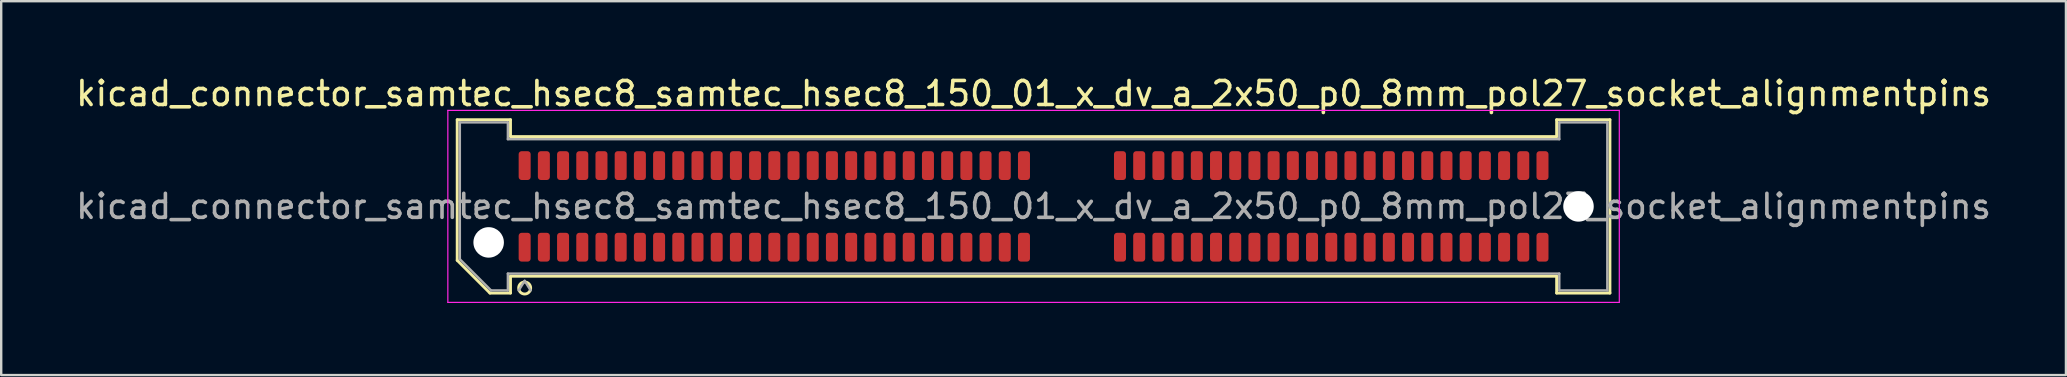
<source format=kicad_pcb>
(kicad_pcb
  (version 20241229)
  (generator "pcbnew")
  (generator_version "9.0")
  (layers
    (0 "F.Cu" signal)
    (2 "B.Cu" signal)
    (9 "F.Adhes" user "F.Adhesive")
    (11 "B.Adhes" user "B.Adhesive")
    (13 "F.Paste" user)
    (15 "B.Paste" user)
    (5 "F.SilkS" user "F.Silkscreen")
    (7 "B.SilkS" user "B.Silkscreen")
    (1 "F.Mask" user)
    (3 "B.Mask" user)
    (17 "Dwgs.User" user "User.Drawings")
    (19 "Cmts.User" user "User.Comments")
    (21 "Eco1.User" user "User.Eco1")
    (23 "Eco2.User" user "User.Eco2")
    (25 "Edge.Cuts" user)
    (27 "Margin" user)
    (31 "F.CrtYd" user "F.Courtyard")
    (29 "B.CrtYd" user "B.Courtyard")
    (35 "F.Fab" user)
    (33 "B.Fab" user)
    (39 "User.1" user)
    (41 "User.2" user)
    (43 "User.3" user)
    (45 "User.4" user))
  (footprint "kicad_connector_samtec_hsec8_samtec_hsec8_150_01_x_dv_a_2x50_p0_8mm_pol27_socket_alignmentpins"
    (layer "F.Cu")
    (at 40.006 5.548)
    (property "Reference" "kicad_connector_samtec_hsec8_samtec_hsec8_150_01_x_dv_a_2x50_p0_8mm_pol27_socket_alignmentpins" (at 0 -4.7 0) (layer "F.SilkS") (effects (font (size 1 1) (thickness 0.15))))
    (attr smd)
    (fp_line (start -24.01 -3.61) (end -21.79 -3.61) (stroke (width 0.12) (type solid)) (layer "F.SilkS"))
    (fp_line (start -24.01 2.246) (end -24.01 -3.61) (stroke (width 0.12) (type solid)) (layer "F.SilkS"))
    (fp_line (start -22.646 3.61) (end -24.01 2.246) (stroke (width 0.12) (type solid)) (layer "F.SilkS"))
    (fp_line (start -21.79 -3.61) (end -21.79 -2.91) (stroke (width 0.12) (type solid)) (layer "F.SilkS"))
    (fp_line (start -21.79 -2.91) (end 21.79 -2.91) (stroke (width 0.12) (type solid)) (layer "F.SilkS"))
    (fp_line (start -21.79 2.91) (end -21.79 3.61) (stroke (width 0.12) (type solid)) (layer "F.SilkS"))
    (fp_line (start -21.79 3.61) (end -22.646 3.61) (stroke (width 0.12) (type solid)) (layer "F.SilkS"))
    (fp_line (start 21.79 -3.61) (end 24.01 -3.61) (stroke (width 0.12) (type solid)) (layer "F.SilkS"))
    (fp_line (start 21.79 -2.91) (end 21.79 -3.61) (stroke (width 0.12) (type solid)) (layer "F.SilkS"))
    (fp_line (start 21.79 2.91) (end -21.79 2.91) (stroke (width 0.12) (type solid)) (layer "F.SilkS"))
    (fp_line (start 21.79 3.61) (end 21.79 2.91) (stroke (width 0.12) (type solid)) (layer "F.SilkS"))
    (fp_line (start 24.01 -3.61) (end 24.01 3.61) (stroke (width 0.12) (type solid)) (layer "F.SilkS"))
    (fp_line (start 24.01 3.61) (end 21.79 3.61) (stroke (width 0.12) (type solid)) (layer "F.SilkS"))
    (fp_arc (start -20.95 3.4) (mid -21.45 3.4) (end -20.95 3.4) (stroke (width 0.12) (type solid)) (layer "F.SilkS"))
    (fp_line (start -24.4 -4) (end -24.4 4) (stroke (width 0.05) (type solid)) (layer "F.CrtYd"))
    (fp_line (start -24.4 4) (end 24.4 4) (stroke (width 0.05) (type solid)) (layer "F.CrtYd"))
    (fp_line (start 24.4 -4) (end -24.4 -4) (stroke (width 0.05) (type solid)) (layer "F.CrtYd"))
    (fp_line (start 24.4 4) (end 24.4 -4) (stroke (width 0.05) (type solid)) (layer "F.CrtYd"))
    (fp_line (start -23.9 -3.5) (end -21.9 -3.5) (stroke (width 0.1) (type solid)) (layer "F.Fab"))
    (fp_line (start -23.9 2.2) (end -23.9 -3.5) (stroke (width 0.1) (type solid)) (layer "F.Fab"))
    (fp_line (start -22.6 3.5) (end -23.9 2.2) (stroke (width 0.1) (type solid)) (layer "F.Fab"))
    (fp_line (start -21.9 -3.5) (end -21.9 -2.8) (stroke (width 0.1) (type solid)) (layer "F.Fab"))
    (fp_line (start -21.9 -2.8) (end 21.9 -2.8) (stroke (width 0.1) (type solid)) (layer "F.Fab"))
    (fp_line (start -21.9 2.8) (end -21.9 3.5) (stroke (width 0.1) (type solid)) (layer "F.Fab"))
    (fp_line (start -21.9 3.5) (end -22.6 3.5) (stroke (width 0.1) (type solid)) (layer "F.Fab"))
    (fp_line (start -21.2 3.1) (end -21.45 3.5) (stroke (width 0.1) (type solid)) (layer "F.Fab"))
    (fp_line (start -21.2 3.1) (end -20.95 3.5) (stroke (width 0.1) (type solid)) (layer "F.Fab"))
    (fp_line (start 21.9 -3.5) (end 23.9 -3.5) (stroke (width 0.1) (type solid)) (layer "F.Fab"))
    (fp_line (start 21.9 -2.8) (end 21.9 -3.5) (stroke (width 0.1) (type solid)) (layer "F.Fab"))
    (fp_line (start 21.9 2.8) (end -21.9 2.8) (stroke (width 0.1) (type solid)) (layer "F.Fab"))
    (fp_line (start 21.9 3.5) (end 21.9 2.8) (stroke (width 0.1) (type solid)) (layer "F.Fab"))
    (fp_line (start 23.9 -3.5) (end 23.9 3.5) (stroke (width 0.1) (type solid)) (layer "F.Fab"))
    (fp_line (start 23.9 3.5) (end 21.9 3.5) (stroke (width 0.1) (type solid)) (layer "F.Fab"))
    (fp_text user "${REFERENCE}" (at 0 0 0) (layer "F.Fab") (effects (font (size 1 1) (thickness 0.15))))
    (pad "" np_thru_hole circle (at -22.7 1.5) (size 1.27 1.27) (drill 1.27) (layers "*.Cu" "*.Mask"))
    (pad "" np_thru_hole circle (at 22.7 0) (size 1.27 1.27) (drill 1.27) (layers "*.Cu" "*.Mask"))
    (pad "1" smd roundrect (at -21.2 1.7) (size 0.5 1.2) (layers "F.Cu" "F.Mask" "F.Paste") (roundrect_rratio 0.25))
    (pad "2" smd roundrect (at -21.2 -1.7) (size 0.5 1.2) (layers "F.Cu" "F.Mask" "F.Paste") (roundrect_rratio 0.25))
    (pad "3" smd roundrect (at -20.4 1.7) (size 0.5 1.2) (layers "F.Cu" "F.Mask" "F.Paste") (roundrect_rratio 0.25))
    (pad "4" smd roundrect (at -20.4 -1.7) (size 0.5 1.2) (layers "F.Cu" "F.Mask" "F.Paste") (roundrect_rratio 0.25))
    (pad "5" smd roundrect (at -19.6 1.7) (size 0.5 1.2) (layers "F.Cu" "F.Mask" "F.Paste") (roundrect_rratio 0.25))
    (pad "6" smd roundrect (at -19.6 -1.7) (size 0.5 1.2) (layers "F.Cu" "F.Mask" "F.Paste") (roundrect_rratio 0.25))
    (pad "7" smd roundrect (at -18.8 1.7) (size 0.5 1.2) (layers "F.Cu" "F.Mask" "F.Paste") (roundrect_rratio 0.25))
    (pad "8" smd roundrect (at -18.8 -1.7) (size 0.5 1.2) (layers "F.Cu" "F.Mask" "F.Paste") (roundrect_rratio 0.25))
    (pad "9" smd roundrect (at -18 1.7) (size 0.5 1.2) (layers "F.Cu" "F.Mask" "F.Paste") (roundrect_rratio 0.25))
    (pad "10" smd roundrect (at -18 -1.7) (size 0.5 1.2) (layers "F.Cu" "F.Mask" "F.Paste") (roundrect_rratio 0.25))
    (pad "11" smd roundrect (at -17.2 1.7) (size 0.5 1.2) (layers "F.Cu" "F.Mask" "F.Paste") (roundrect_rratio 0.25))
    (pad "12" smd roundrect (at -17.2 -1.7) (size 0.5 1.2) (layers "F.Cu" "F.Mask" "F.Paste") (roundrect_rratio 0.25))
    (pad "13" smd roundrect (at -16.4 1.7) (size 0.5 1.2) (layers "F.Cu" "F.Mask" "F.Paste") (roundrect_rratio 0.25))
    (pad "14" smd roundrect (at -16.4 -1.7) (size 0.5 1.2) (layers "F.Cu" "F.Mask" "F.Paste") (roundrect_rratio 0.25))
    (pad "15" smd roundrect (at -15.6 1.7) (size 0.5 1.2) (layers "F.Cu" "F.Mask" "F.Paste") (roundrect_rratio 0.25))
    (pad "16" smd roundrect (at -15.6 -1.7) (size 0.5 1.2) (layers "F.Cu" "F.Mask" "F.Paste") (roundrect_rratio 0.25))
    (pad "17" smd roundrect (at -14.8 1.7) (size 0.5 1.2) (layers "F.Cu" "F.Mask" "F.Paste") (roundrect_rratio 0.25))
    (pad "18" smd roundrect (at -14.8 -1.7) (size 0.5 1.2) (layers "F.Cu" "F.Mask" "F.Paste") (roundrect_rratio 0.25))
    (pad "19" smd roundrect (at -14 1.7) (size 0.5 1.2) (layers "F.Cu" "F.Mask" "F.Paste") (roundrect_rratio 0.25))
    (pad "20" smd roundrect (at -14 -1.7) (size 0.5 1.2) (layers "F.Cu" "F.Mask" "F.Paste") (roundrect_rratio 0.25))
    (pad "21" smd roundrect (at -13.2 1.7) (size 0.5 1.2) (layers "F.Cu" "F.Mask" "F.Paste") (roundrect_rratio 0.25))
    (pad "22" smd roundrect (at -13.2 -1.7) (size 0.5 1.2) (layers "F.Cu" "F.Mask" "F.Paste") (roundrect_rratio 0.25))
    (pad "23" smd roundrect (at -12.4 1.7) (size 0.5 1.2) (layers "F.Cu" "F.Mask" "F.Paste") (roundrect_rratio 0.25))
    (pad "24" smd roundrect (at -12.4 -1.7) (size 0.5 1.2) (layers "F.Cu" "F.Mask" "F.Paste") (roundrect_rratio 0.25))
    (pad "25" smd roundrect (at -11.6 1.7) (size 0.5 1.2) (layers "F.Cu" "F.Mask" "F.Paste") (roundrect_rratio 0.25))
    (pad "26" smd roundrect (at -11.6 -1.7) (size 0.5 1.2) (layers "F.Cu" "F.Mask" "F.Paste") (roundrect_rratio 0.25))
    (pad "27" smd roundrect (at -10.8 1.7) (size 0.5 1.2) (layers "F.Cu" "F.Mask" "F.Paste") (roundrect_rratio 0.25))
    (pad "28" smd roundrect (at -10.8 -1.7) (size 0.5 1.2) (layers "F.Cu" "F.Mask" "F.Paste") (roundrect_rratio 0.25))
    (pad "29" smd roundrect (at -10 1.7) (size 0.5 1.2) (layers "F.Cu" "F.Mask" "F.Paste") (roundrect_rratio 0.25))
    (pad "30" smd roundrect (at -10 -1.7) (size 0.5 1.2) (layers "F.Cu" "F.Mask" "F.Paste") (roundrect_rratio 0.25))
    (pad "31" smd roundrect (at -9.2 1.7) (size 0.5 1.2) (layers "F.Cu" "F.Mask" "F.Paste") (roundrect_rratio 0.25))
    (pad "32" smd roundrect (at -9.2 -1.7) (size 0.5 1.2) (layers "F.Cu" "F.Mask" "F.Paste") (roundrect_rratio 0.25))
    (pad "33" smd roundrect (at -8.4 1.7) (size 0.5 1.2) (layers "F.Cu" "F.Mask" "F.Paste") (roundrect_rratio 0.25))
    (pad "34" smd roundrect (at -8.4 -1.7) (size 0.5 1.2) (layers "F.Cu" "F.Mask" "F.Paste") (roundrect_rratio 0.25))
    (pad "35" smd roundrect (at -7.6 1.7) (size 0.5 1.2) (layers "F.Cu" "F.Mask" "F.Paste") (roundrect_rratio 0.25))
    (pad "36" smd roundrect (at -7.6 -1.7) (size 0.5 1.2) (layers "F.Cu" "F.Mask" "F.Paste") (roundrect_rratio 0.25))
    (pad "37" smd roundrect (at -6.8 1.7) (size 0.5 1.2) (layers "F.Cu" "F.Mask" "F.Paste") (roundrect_rratio 0.25))
    (pad "38" smd roundrect (at -6.8 -1.7) (size 0.5 1.2) (layers "F.Cu" "F.Mask" "F.Paste") (roundrect_rratio 0.25))
    (pad "39" smd roundrect (at -6 1.7) (size 0.5 1.2) (layers "F.Cu" "F.Mask" "F.Paste") (roundrect_rratio 0.25))
    (pad "40" smd roundrect (at -6 -1.7) (size 0.5 1.2) (layers "F.Cu" "F.Mask" "F.Paste") (roundrect_rratio 0.25))
    (pad "41" smd roundrect (at -5.2 1.7) (size 0.5 1.2) (layers "F.Cu" "F.Mask" "F.Paste") (roundrect_rratio 0.25))
    (pad "42" smd roundrect (at -5.2 -1.7) (size 0.5 1.2) (layers "F.Cu" "F.Mask" "F.Paste") (roundrect_rratio 0.25))
    (pad "43" smd roundrect (at -4.4 1.7) (size 0.5 1.2) (layers "F.Cu" "F.Mask" "F.Paste") (roundrect_rratio 0.25))
    (pad "44" smd roundrect (at -4.4 -1.7) (size 0.5 1.2) (layers "F.Cu" "F.Mask" "F.Paste") (roundrect_rratio 0.25))
    (pad "45" smd roundrect (at -3.6 1.7) (size 0.5 1.2) (layers "F.Cu" "F.Mask" "F.Paste") (roundrect_rratio 0.25))
    (pad "46" smd roundrect (at -3.6 -1.7) (size 0.5 1.2) (layers "F.Cu" "F.Mask" "F.Paste") (roundrect_rratio 0.25))
    (pad "47" smd roundrect (at -2.8 1.7) (size 0.5 1.2) (layers "F.Cu" "F.Mask" "F.Paste") (roundrect_rratio 0.25))
    (pad "48" smd roundrect (at -2.8 -1.7) (size 0.5 1.2) (layers "F.Cu" "F.Mask" "F.Paste") (roundrect_rratio 0.25))
    (pad "49" smd roundrect (at -2 1.7) (size 0.5 1.2) (layers "F.Cu" "F.Mask" "F.Paste") (roundrect_rratio 0.25))
    (pad "50" smd roundrect (at -2 -1.7) (size 0.5 1.2) (layers "F.Cu" "F.Mask" "F.Paste") (roundrect_rratio 0.25))
    (pad "51" smd roundrect (at -1.2 1.7) (size 0.5 1.2) (layers "F.Cu" "F.Mask" "F.Paste") (roundrect_rratio 0.25))
    (pad "52" smd roundrect (at -1.2 -1.7) (size 0.5 1.2) (layers "F.Cu" "F.Mask" "F.Paste") (roundrect_rratio 0.25))
    (pad "53" smd roundrect (at -0.4 1.7) (size 0.5 1.2) (layers "F.Cu" "F.Mask" "F.Paste") (roundrect_rratio 0.25))
    (pad "54" smd roundrect (at -0.4 -1.7) (size 0.5 1.2) (layers "F.Cu" "F.Mask" "F.Paste") (roundrect_rratio 0.25))
    (pad "55" smd roundrect (at 3.6 1.7) (size 0.5 1.2) (layers "F.Cu" "F.Mask" "F.Paste") (roundrect_rratio 0.25))
    (pad "56" smd roundrect (at 3.6 -1.7) (size 0.5 1.2) (layers "F.Cu" "F.Mask" "F.Paste") (roundrect_rratio 0.25))
    (pad "57" smd roundrect (at 4.4 1.7) (size 0.5 1.2) (layers "F.Cu" "F.Mask" "F.Paste") (roundrect_rratio 0.25))
    (pad "58" smd roundrect (at 4.4 -1.7) (size 0.5 1.2) (layers "F.Cu" "F.Mask" "F.Paste") (roundrect_rratio 0.25))
    (pad "59" smd roundrect (at 5.2 1.7) (size 0.5 1.2) (layers "F.Cu" "F.Mask" "F.Paste") (roundrect_rratio 0.25))
    (pad "60" smd roundrect (at 5.2 -1.7) (size 0.5 1.2) (layers "F.Cu" "F.Mask" "F.Paste") (roundrect_rratio 0.25))
    (pad "61" smd roundrect (at 6 1.7) (size 0.5 1.2) (layers "F.Cu" "F.Mask" "F.Paste") (roundrect_rratio 0.25))
    (pad "62" smd roundrect (at 6 -1.7) (size 0.5 1.2) (layers "F.Cu" "F.Mask" "F.Paste") (roundrect_rratio 0.25))
    (pad "63" smd roundrect (at 6.8 1.7) (size 0.5 1.2) (layers "F.Cu" "F.Mask" "F.Paste") (roundrect_rratio 0.25))
    (pad "64" smd roundrect (at 6.8 -1.7) (size 0.5 1.2) (layers "F.Cu" "F.Mask" "F.Paste") (roundrect_rratio 0.25))
    (pad "65" smd roundrect (at 7.6 1.7) (size 0.5 1.2) (layers "F.Cu" "F.Mask" "F.Paste") (roundrect_rratio 0.25))
    (pad "66" smd roundrect (at 7.6 -1.7) (size 0.5 1.2) (layers "F.Cu" "F.Mask" "F.Paste") (roundrect_rratio 0.25))
    (pad "67" smd roundrect (at 8.4 1.7) (size 0.5 1.2) (layers "F.Cu" "F.Mask" "F.Paste") (roundrect_rratio 0.25))
    (pad "68" smd roundrect (at 8.4 -1.7) (size 0.5 1.2) (layers "F.Cu" "F.Mask" "F.Paste") (roundrect_rratio 0.25))
    (pad "69" smd roundrect (at 9.2 1.7) (size 0.5 1.2) (layers "F.Cu" "F.Mask" "F.Paste") (roundrect_rratio 0.25))
    (pad "70" smd roundrect (at 9.2 -1.7) (size 0.5 1.2) (layers "F.Cu" "F.Mask" "F.Paste") (roundrect_rratio 0.25))
    (pad "71" smd roundrect (at 10 1.7) (size 0.5 1.2) (layers "F.Cu" "F.Mask" "F.Paste") (roundrect_rratio 0.25))
    (pad "72" smd roundrect (at 10 -1.7) (size 0.5 1.2) (layers "F.Cu" "F.Mask" "F.Paste") (roundrect_rratio 0.25))
    (pad "73" smd roundrect (at 10.8 1.7) (size 0.5 1.2) (layers "F.Cu" "F.Mask" "F.Paste") (roundrect_rratio 0.25))
    (pad "74" smd roundrect (at 10.8 -1.7) (size 0.5 1.2) (layers "F.Cu" "F.Mask" "F.Paste") (roundrect_rratio 0.25))
    (pad "75" smd roundrect (at 11.6 1.7) (size 0.5 1.2) (layers "F.Cu" "F.Mask" "F.Paste") (roundrect_rratio 0.25))
    (pad "76" smd roundrect (at 11.6 -1.7) (size 0.5 1.2) (layers "F.Cu" "F.Mask" "F.Paste") (roundrect_rratio 0.25))
    (pad "77" smd roundrect (at 12.4 1.7) (size 0.5 1.2) (layers "F.Cu" "F.Mask" "F.Paste") (roundrect_rratio 0.25))
    (pad "78" smd roundrect (at 12.4 -1.7) (size 0.5 1.2) (layers "F.Cu" "F.Mask" "F.Paste") (roundrect_rratio 0.25))
    (pad "79" smd roundrect (at 13.2 1.7) (size 0.5 1.2) (layers "F.Cu" "F.Mask" "F.Paste") (roundrect_rratio 0.25))
    (pad "80" smd roundrect (at 13.2 -1.7) (size 0.5 1.2) (layers "F.Cu" "F.Mask" "F.Paste") (roundrect_rratio 0.25))
    (pad "81" smd roundrect (at 14 1.7) (size 0.5 1.2) (layers "F.Cu" "F.Mask" "F.Paste") (roundrect_rratio 0.25))
    (pad "82" smd roundrect (at 14 -1.7) (size 0.5 1.2) (layers "F.Cu" "F.Mask" "F.Paste") (roundrect_rratio 0.25))
    (pad "83" smd roundrect (at 14.8 1.7) (size 0.5 1.2) (layers "F.Cu" "F.Mask" "F.Paste") (roundrect_rratio 0.25))
    (pad "84" smd roundrect (at 14.8 -1.7) (size 0.5 1.2) (layers "F.Cu" "F.Mask" "F.Paste") (roundrect_rratio 0.25))
    (pad "85" smd roundrect (at 15.6 1.7) (size 0.5 1.2) (layers "F.Cu" "F.Mask" "F.Paste") (roundrect_rratio 0.25))
    (pad "86" smd roundrect (at 15.6 -1.7) (size 0.5 1.2) (layers "F.Cu" "F.Mask" "F.Paste") (roundrect_rratio 0.25))
    (pad "87" smd roundrect (at 16.4 1.7) (size 0.5 1.2) (layers "F.Cu" "F.Mask" "F.Paste") (roundrect_rratio 0.25))
    (pad "88" smd roundrect (at 16.4 -1.7) (size 0.5 1.2) (layers "F.Cu" "F.Mask" "F.Paste") (roundrect_rratio 0.25))
    (pad "89" smd roundrect (at 17.2 1.7) (size 0.5 1.2) (layers "F.Cu" "F.Mask" "F.Paste") (roundrect_rratio 0.25))
    (pad "90" smd roundrect (at 17.2 -1.7) (size 0.5 1.2) (layers "F.Cu" "F.Mask" "F.Paste") (roundrect_rratio 0.25))
    (pad "91" smd roundrect (at 18 1.7) (size 0.5 1.2) (layers "F.Cu" "F.Mask" "F.Paste") (roundrect_rratio 0.25))
    (pad "92" smd roundrect (at 18 -1.7) (size 0.5 1.2) (layers "F.Cu" "F.Mask" "F.Paste") (roundrect_rratio 0.25))
    (pad "93" smd roundrect (at 18.8 1.7) (size 0.5 1.2) (layers "F.Cu" "F.Mask" "F.Paste") (roundrect_rratio 0.25))
    (pad "94" smd roundrect (at 18.8 -1.7) (size 0.5 1.2) (layers "F.Cu" "F.Mask" "F.Paste") (roundrect_rratio 0.25))
    (pad "95" smd roundrect (at 19.6 1.7) (size 0.5 1.2) (layers "F.Cu" "F.Mask" "F.Paste") (roundrect_rratio 0.25))
    (pad "96" smd roundrect (at 19.6 -1.7) (size 0.5 1.2) (layers "F.Cu" "F.Mask" "F.Paste") (roundrect_rratio 0.25))
    (pad "97" smd roundrect (at 20.4 1.7) (size 0.5 1.2) (layers "F.Cu" "F.Mask" "F.Paste") (roundrect_rratio 0.25))
    (pad "98" smd roundrect (at 20.4 -1.7) (size 0.5 1.2) (layers "F.Cu" "F.Mask" "F.Paste") (roundrect_rratio 0.25))
    (pad "99" smd roundrect (at 21.2 1.7) (size 0.5 1.2) (layers "F.Cu" "F.Mask" "F.Paste") (roundrect_rratio 0.25))
    (pad "100" smd roundrect (at 21.2 -1.7) (size 0.5 1.2) (layers "F.Cu" "F.Mask" "F.Paste") (roundrect_rratio 0.25)))
  (gr_rect
    (start -3 -3)
    (end 83.012 12.573)
    (stroke (width 0.1) (type default))
    (fill no)
    (layer "Edge.Cuts")))
</source>
